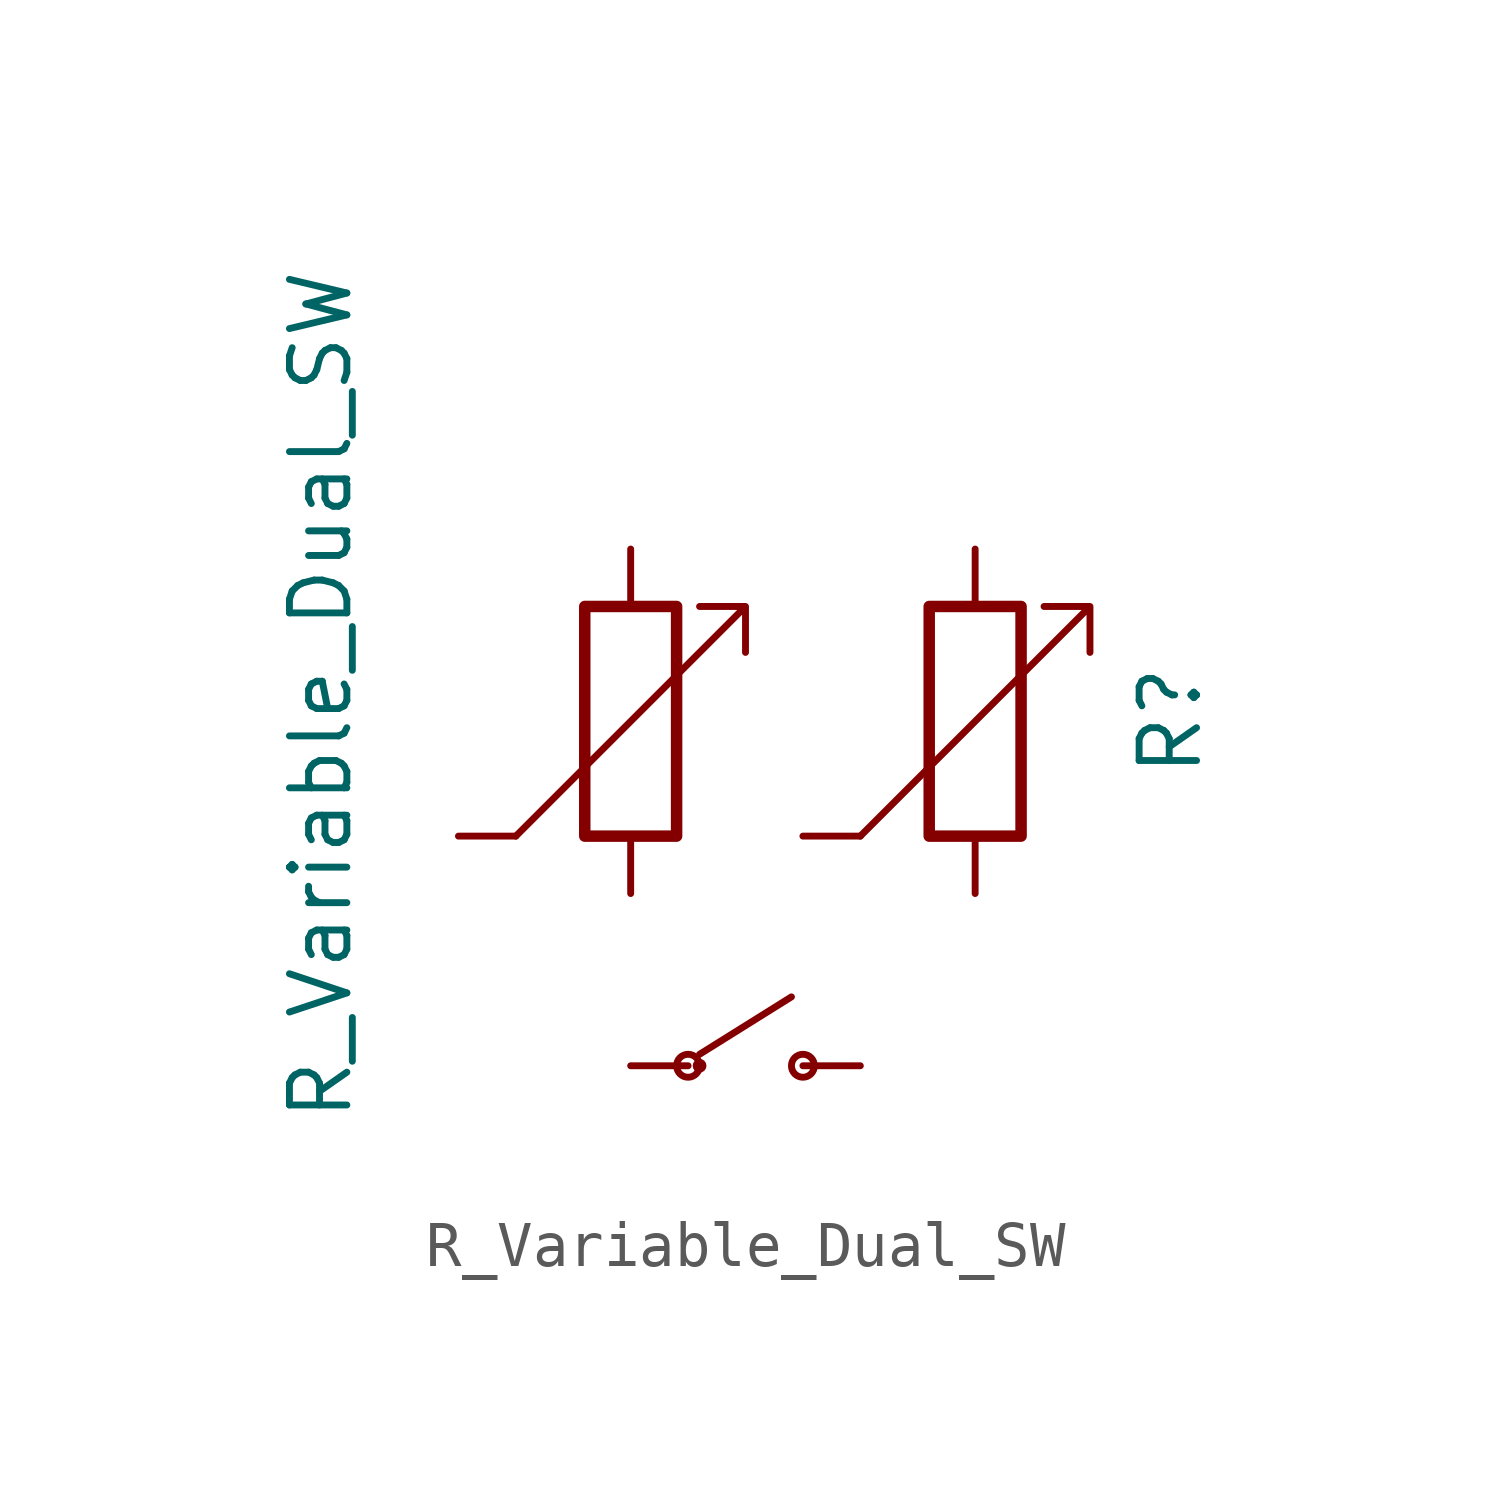
<source format=kicad_sym>
(kicad_symbol_lib
  (version 20211014)
  (generator kicad_symbol_editor)
  (symbol "R_Variable_Dual_SW"
    (pin_numbers hide)
    (pin_names
      (offset 0))
    (property "Reference" "R"
      (at 9.398 -1.27 90)
      (effects (font (size 1.27 1.27)) (justify left)))
    (property "Value" "R_Variable_Dual_SW"
      (at -9.398 -8.89 90)
      (effects (font (size 1.27 1.27)) (justify left)))
    (symbol "R_Variable_Dual_SW_0_1"
      (rectangle (start -3.556 2.54) (end -1.524 -2.54) (stroke (width 0.254) (type default) (color 0 0 0 0)) (fill (type none)))
      (circle (center -1.27 -7.62) (radius 0.254) (stroke (width 0) (type default) (color 0 0 0 0)) (fill (type none)))
      (circle (center -1.016 -7.62) (radius 0.0001) (stroke (width 0) (type default) (color 0 0 0 0)) (fill (type none)))
      (polyline (pts (xy -1.016 -7.366) (xy 1.016 -6.096)) (stroke (width 0) (type default) (color 0 0 0 0)) (fill (type none)))
      (polyline (pts (xy 0 1.524) (xy 0 2.54) (xy -1.016 2.54) (xy 0 2.54) (xy -5.08 -2.54)) (stroke (width 0) (type default) (color 0 0 0 0)) (fill (type none)))
      (polyline (pts (xy 2.54 -2.54) (xy 7.62 2.54) (xy 6.604 2.54) (xy 7.62 2.54) (xy 7.62 1.524)) (stroke (width 0) (type default) (color 0 0 0 0)) (fill (type none)))
      (circle (center 1.27 -7.62) (radius 0.254) (stroke (width 0) (type default) (color 0 0 0 0)) (fill (type none)))
      (rectangle (start 4.064 -2.54) (end 6.096 2.54) (stroke (width 0.254) (type default) (color 0 0 0 0)) (fill (type none))))
    (symbol "R_Variable_Dual_SW_1_1"
      (pin passive line (at -2.54 3.81 270) (length 1.27) (name "~" (effects (font (size 1.27 1.27)))) (number "1" (effects (font (size 1.27 1.27)))))
      (pin passive line (at -6.35 -2.54 0) (length 1.27) (name "~" (effects (font (size 1.27 1.27)))) (number "2" (effects (font (size 1.27 1.27)))))
      (pin passive line (at -2.54 -3.81 90) (length 1.27) (name "~" (effects (font (size 1.27 1.27)))) (number "3" (effects (font (size 1.27 1.27)))))
      (pin passive line (at 5.08 3.81 270) (length 1.27) (name "~" (effects (font (size 1.27 1.27)))) (number "4" (effects (font (size 1.27 1.27)))))
      (pin passive line (at 1.27 -2.54 0) (length 1.27) (name "~" (effects (font (size 1.27 1.27)))) (number "5" (effects (font (size 1.27 1.27)))))
      (pin passive line (at 5.08 -3.81 90) (length 1.27) (name "~" (effects (font (size 1.27 1.27)))) (number "6" (effects (font (size 1.27 1.27)))))
      (pin passive line (at -2.54 -7.62 0) (length 1.27) (name "~" (effects (font (size 1.27 1.27)))) (number "7" (effects (font (size 1.27 1.27)))))
      (pin passive line (at 2.54 -7.62 180) (length 1.27) (name "~" (effects (font (size 1.27 1.27)))) (number "8" (effects (font (size 1.27 1.27))))))))
</source>
